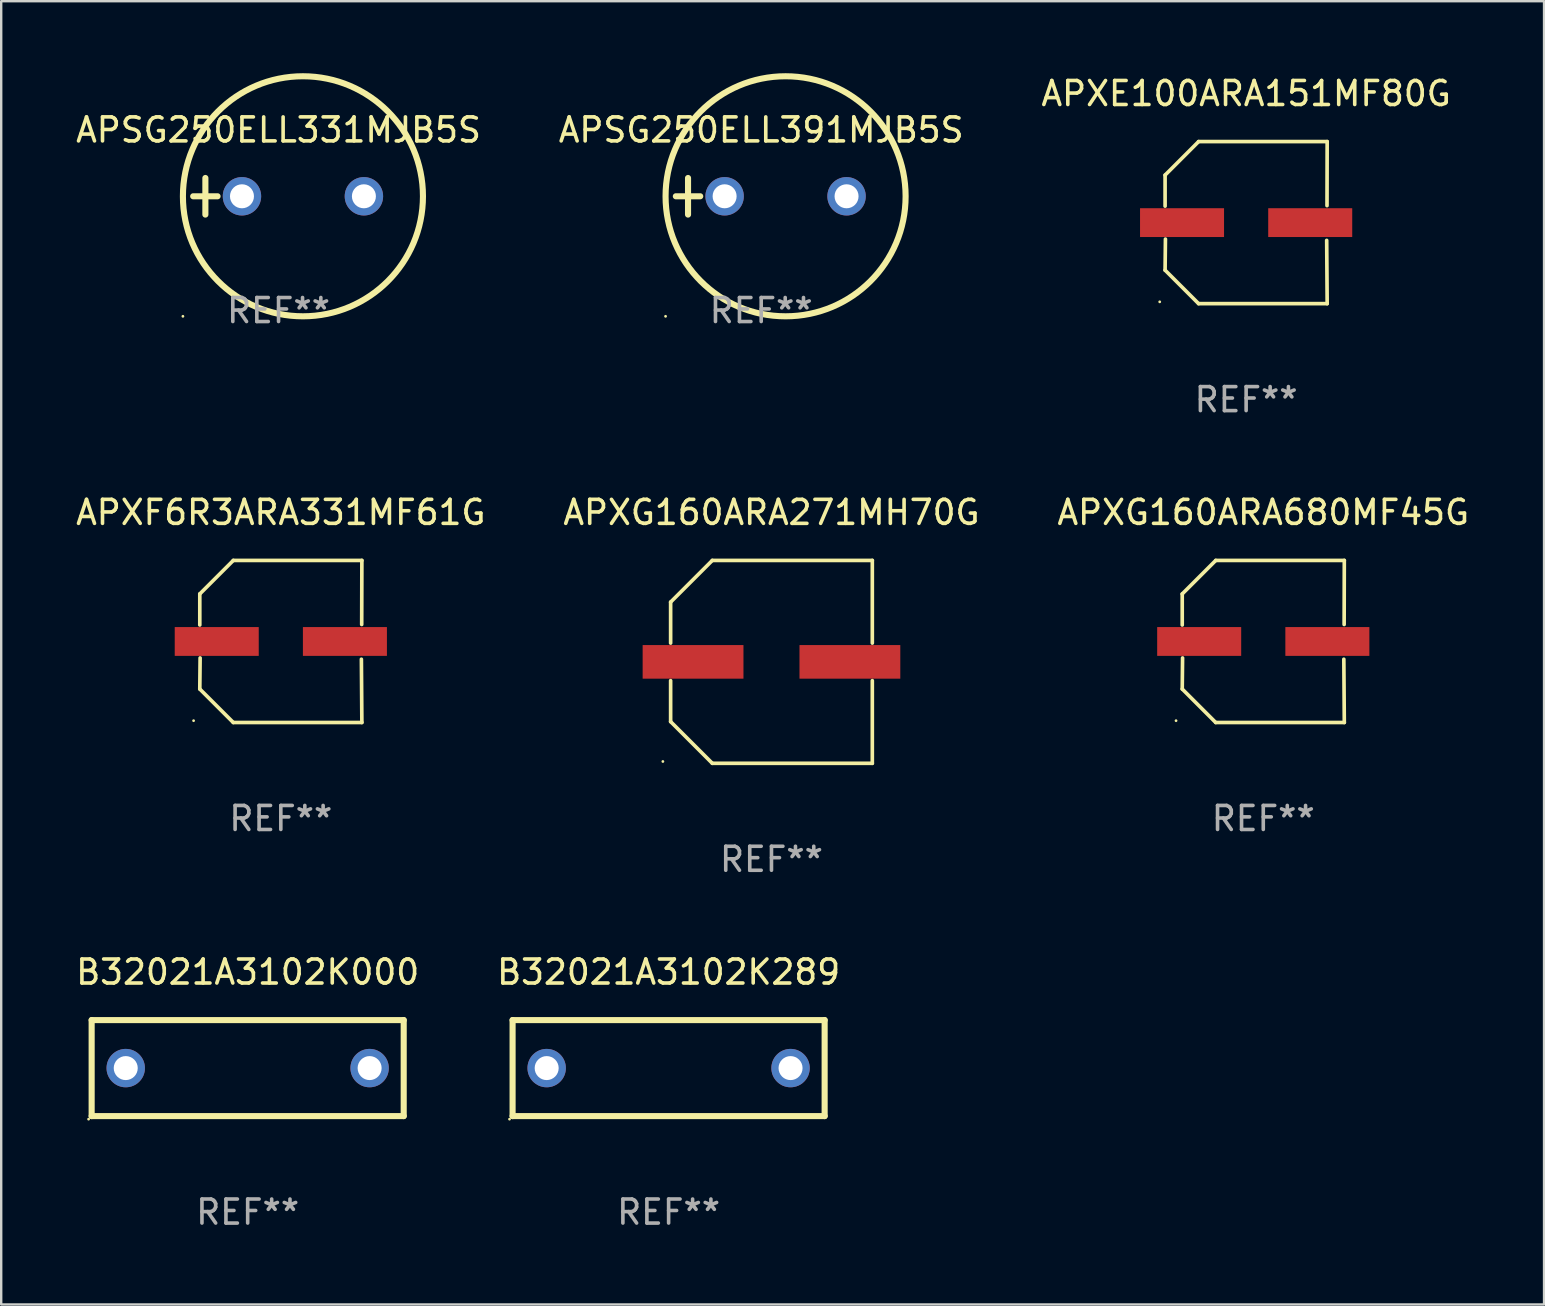
<source format=kicad_pcb>
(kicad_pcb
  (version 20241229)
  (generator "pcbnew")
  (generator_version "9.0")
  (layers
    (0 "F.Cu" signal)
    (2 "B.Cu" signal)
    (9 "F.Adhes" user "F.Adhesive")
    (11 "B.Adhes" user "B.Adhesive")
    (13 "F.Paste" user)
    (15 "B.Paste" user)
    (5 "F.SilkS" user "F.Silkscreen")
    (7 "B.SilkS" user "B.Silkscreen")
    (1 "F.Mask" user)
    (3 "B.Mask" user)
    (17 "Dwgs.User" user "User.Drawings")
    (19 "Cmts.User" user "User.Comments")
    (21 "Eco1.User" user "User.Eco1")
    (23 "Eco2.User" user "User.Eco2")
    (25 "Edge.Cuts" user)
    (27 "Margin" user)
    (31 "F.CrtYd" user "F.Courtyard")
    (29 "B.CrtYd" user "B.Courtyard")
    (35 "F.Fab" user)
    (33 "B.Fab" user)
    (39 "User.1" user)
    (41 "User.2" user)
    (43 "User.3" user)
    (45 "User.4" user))
  (footprint "APXE100ARA151MF80G"
    (layer "F.Cu")
    (at 48.863 6.224)
    (property "Reference" "APXE100ARA151MF80G" (at 0 -5.376 0) (layer "F.SilkS") (effects (font (size 1 1) (thickness 0.15))))
    (attr through_hole)
    (fp_line (start -3.376 -1.98) (end -3.376 -0.686) (stroke (width 0.152) (type solid)) (layer "F.SilkS"))
    (fp_line (start -3.376 1.981) (end -3.362 0.686) (stroke (width 0.152) (type solid)) (layer "F.SilkS"))
    (fp_line (start -1.981 3.376) (end -3.376 1.981) (stroke (width 0.152) (type solid)) (layer "F.SilkS"))
    (fp_line (start -1.98 -3.376) (end -3.376 -1.98) (stroke (width 0.152) (type solid)) (layer "F.SilkS"))
    (fp_line (start 3.356 0.74) (end 3.376 3.376) (stroke (width 0.152) (type solid)) (layer "F.SilkS"))
    (fp_line (start 3.369 -0.707) (end 3.376 -3.376) (stroke (width 0.152) (type solid)) (layer "F.SilkS"))
    (fp_line (start 3.376 3.376) (end -1.981 3.376) (stroke (width 0.152) (type solid)) (layer "F.SilkS"))
    (fp_line (start 3.376 -3.376) (end -1.98 -3.376) (stroke (width 0.152) (type solid)) (layer "F.SilkS"))
    (fp_circle (center -3.6 3.3) (end -3.57 3.3) (stroke (width 0.06) (type solid)) (fill no) (layer "F.SilkS"))
    (fp_text user "REF**" (at 0 7.376 0) (layer "F.Fab") (effects (font (size 1 1) (thickness 0.15))))
    (pad "1" smd rect (at -2.67 0.000381) (size 3.5 1.2) (layers "F.Cu" "F.Mask" "F.Paste"))
    (pad "2" smd rect (at 2.67 0.000381) (size 3.5 1.2) (layers "F.Cu" "F.Mask" "F.Paste")))
  (footprint "APXG160ARA680MF45G"
    (layer "F.Cu")
    (at 49.577 23.673)
    (property "Reference" "APXG160ARA680MF45G" (at 0 -5.376 0) (layer "F.SilkS") (effects (font (size 1 1) (thickness 0.15))))
    (attr through_hole)
    (fp_line (start -3.376 -1.98) (end -3.376 -0.686) (stroke (width 0.152) (type solid)) (layer "F.SilkS"))
    (fp_line (start -3.376 1.981) (end -3.362 0.686) (stroke (width 0.152) (type solid)) (layer "F.SilkS"))
    (fp_line (start -1.981 3.376) (end -3.376 1.981) (stroke (width 0.152) (type solid)) (layer "F.SilkS"))
    (fp_line (start -1.98 -3.376) (end -3.376 -1.98) (stroke (width 0.152) (type solid)) (layer "F.SilkS"))
    (fp_line (start 3.356 0.74) (end 3.376 3.376) (stroke (width 0.152) (type solid)) (layer "F.SilkS"))
    (fp_line (start 3.369 -0.707) (end 3.376 -3.376) (stroke (width 0.152) (type solid)) (layer "F.SilkS"))
    (fp_line (start 3.376 3.376) (end -1.981 3.376) (stroke (width 0.152) (type solid)) (layer "F.SilkS"))
    (fp_line (start 3.376 -3.376) (end -1.98 -3.376) (stroke (width 0.152) (type solid)) (layer "F.SilkS"))
    (fp_circle (center -3.634 3.3) (end -3.604 3.3) (stroke (width 0.06) (type solid)) (fill no) (layer "F.SilkS"))
    (fp_text user "REF**" (at 0 7.376 0) (layer "F.Fab") (effects (font (size 1 1) (thickness 0.15))))
    (pad "1" smd rect (at -2.67 0.000254) (size 3.5 1.2) (layers "F.Cu" "F.Mask" "F.Paste"))
    (pad "2" smd rect (at 2.67 0.000254) (size 3.5 1.2) (layers "F.Cu" "F.Mask" "F.Paste")))
  (footprint "APXG160ARA271MH70G"
    (layer "F.Cu")
    (at 29.089 24.523)
    (property "Reference" "APXG160ARA271MH70G" (at 0 -6.226 0) (layer "F.SilkS") (effects (font (size 1 1) (thickness 0.15))))
    (attr through_hole)
    (fp_line (start -4.201 -2.49) (end -4.201 -0.782) (stroke (width 0.152) (type solid)) (layer "F.SilkS"))
    (fp_line (start -4.201 2.49) (end -4.201 0.782) (stroke (width 0.152) (type solid)) (layer "F.SilkS"))
    (fp_line (start -2.465 -4.226) (end -4.201 -2.49) (stroke (width 0.152) (type solid)) (layer "F.SilkS"))
    (fp_line (start -2.465 4.226) (end -4.201 2.49) (stroke (width 0.152) (type solid)) (layer "F.SilkS"))
    (fp_line (start 4.201 -4.226) (end -2.465 -4.226) (stroke (width 0.152) (type solid)) (layer "F.SilkS"))
    (fp_line (start 4.201 -0.782) (end 4.201 -4.226) (stroke (width 0.152) (type solid)) (layer "F.SilkS"))
    (fp_line (start 4.201 0.782) (end 4.201 4.226) (stroke (width 0.152) (type solid)) (layer "F.SilkS"))
    (fp_line (start 4.201 4.226) (end -2.465 4.226) (stroke (width 0.152) (type solid)) (layer "F.SilkS"))
    (fp_circle (center -4.524 4.15) (end -4.494 4.15) (stroke (width 0.06) (type solid)) (fill no) (layer "F.SilkS"))
    (fp_text user "REF**" (at 0 8.226 0) (layer "F.Fab") (effects (font (size 1 1) (thickness 0.15))))
    (pad "1" smd rect (at -3.267 0) (size 4.2 1.4) (layers "F.Cu" "F.Mask" "F.Paste"))
    (pad "2" smd rect (at 3.267 0) (size 4.2 1.4) (layers "F.Cu" "F.Mask" "F.Paste")))
  (footprint "APSG250ELL391MJB5S"
    (layer "F.Cu")
    (at 28.661 5.127)
    (property "Reference" "APSG250ELL391MJB5S" (at 0 -2.762 0) (layer "F.SilkS") (effects (font (size 1 1) (thickness 0.15))))
    (attr through_hole)
    (fp_line (start -3.556 0) (end -2.54 0) (stroke (width 0.254) (type solid)) (layer "F.SilkS"))
    (fp_line (start -3.048 -0.762) (end -3.048 0.762) (stroke (width 0.254) (type solid)) (layer "F.SilkS"))
    (fp_circle (center -3.984 5) (end -3.954 5) (stroke (width 0.06) (type solid)) (fill no) (layer "F.SilkS"))
    (fp_circle (center 1.016 0) (end 6.016 0) (stroke (width 0.254) (type solid)) (fill no) (layer "F.SilkS"))
    (fp_text user "REF**" (at 0 4.762 0) (layer "F.Fab") (effects (font (size 1 1) (thickness 0.15))))
    (pad "1" thru_hole circle (at -1.524 0) (size 1.6 1.6) (drill 1) (layers "*.Cu" "*.Mask"))
    (pad "2" thru_hole circle (at 3.556 0) (size 1.6 1.6) (drill 1) (layers "*.Cu" "*.Mask")))
  (footprint "APXF6R3ARA331MF61G"
    (layer "F.Cu")
    (at 8.649 23.673)
    (property "Reference" "APXF6R3ARA331MF61G" (at 0 -5.376 0) (layer "F.SilkS") (effects (font (size 1 1) (thickness 0.15))))
    (attr through_hole)
    (fp_line (start -3.376 -1.98) (end -3.376 -0.686) (stroke (width 0.152) (type solid)) (layer "F.SilkS"))
    (fp_line (start -3.376 1.981) (end -3.362 0.686) (stroke (width 0.152) (type solid)) (layer "F.SilkS"))
    (fp_line (start -1.981 3.376) (end -3.376 1.981) (stroke (width 0.152) (type solid)) (layer "F.SilkS"))
    (fp_line (start -1.98 -3.376) (end -3.376 -1.98) (stroke (width 0.152) (type solid)) (layer "F.SilkS"))
    (fp_line (start 3.356 0.74) (end 3.376 3.376) (stroke (width 0.152) (type solid)) (layer "F.SilkS"))
    (fp_line (start 3.369 -0.707) (end 3.376 -3.376) (stroke (width 0.152) (type solid)) (layer "F.SilkS"))
    (fp_line (start 3.376 3.376) (end -1.981 3.376) (stroke (width 0.152) (type solid)) (layer "F.SilkS"))
    (fp_line (start 3.376 -3.376) (end -1.98 -3.376) (stroke (width 0.152) (type solid)) (layer "F.SilkS"))
    (fp_circle (center -3.634 3.3) (end -3.604 3.3) (stroke (width 0.06) (type solid)) (fill no) (layer "F.SilkS"))
    (fp_text user "REF**" (at 0 7.376 0) (layer "F.Fab") (effects (font (size 1 1) (thickness 0.15))))
    (pad "1" smd rect (at -2.67 0.000254) (size 3.5 1.2) (layers "F.Cu" "F.Mask" "F.Paste"))
    (pad "2" smd rect (at 2.67 0.000254) (size 3.5 1.2) (layers "F.Cu" "F.Mask" "F.Paste")))
  (footprint "B32021A3102K000"
    (layer "F.Cu")
    (at 7.268 41.446)
    (property "Reference" "B32021A3102K000" (at 0 -4 0) (layer "F.SilkS") (effects (font (size 1 1) (thickness 0.15))))
    (attr through_hole)
    (fp_line (start -6.5 -2) (end 6.5 -2) (stroke (width 0.254) (type solid)) (layer "F.SilkS"))
    (fp_line (start -6.5 2) (end -6.5 -2) (stroke (width 0.254) (type solid)) (layer "F.SilkS"))
    (fp_line (start 6.5 -2) (end 6.5 2) (stroke (width 0.254) (type solid)) (layer "F.SilkS"))
    (fp_line (start 6.5 2) (end -6.5 2) (stroke (width 0.254) (type solid)) (layer "F.SilkS"))
    (fp_circle (center -6.627 2.127) (end -6.597 2.127) (stroke (width 0.06) (type solid)) (fill no) (layer "F.SilkS"))
    (fp_text user "REF**" (at 0 6 0) (layer "F.Fab") (effects (font (size 1 1) (thickness 0.15))))
    (pad "1" thru_hole circle (at -5.08 0) (size 1.6 1.6) (drill 1) (layers "*.Cu" "*.Mask"))
    (pad "2" thru_hole circle (at 5.08 0) (size 1.6 1.6) (drill 1) (layers "*.Cu" "*.Mask")))
  (footprint "APSG250ELL331MJB5S"
    (layer "F.Cu")
    (at 8.554 5.127)
    (property "Reference" "APSG250ELL331MJB5S" (at 0 -2.762 0) (layer "F.SilkS") (effects (font (size 1 1) (thickness 0.15))))
    (attr through_hole)
    (fp_line (start -3.556 0) (end -2.54 0) (stroke (width 0.254) (type solid)) (layer "F.SilkS"))
    (fp_line (start -3.048 -0.762) (end -3.048 0.762) (stroke (width 0.254) (type solid)) (layer "F.SilkS"))
    (fp_circle (center -3.984 5) (end -3.954 5) (stroke (width 0.06) (type solid)) (fill no) (layer "F.SilkS"))
    (fp_circle (center 1.016 0) (end 6.016 0) (stroke (width 0.254) (type solid)) (fill no) (layer "F.SilkS"))
    (fp_text user "REF**" (at 0 4.762 0) (layer "F.Fab") (effects (font (size 1 1) (thickness 0.15))))
    (pad "1" thru_hole circle (at -1.524 0) (size 1.6 1.6) (drill 1) (layers "*.Cu" "*.Mask"))
    (pad "2" thru_hole circle (at 3.556 0) (size 1.6 1.6) (drill 1) (layers "*.Cu" "*.Mask")))
  (footprint "B32021A3102K289"
    (layer "F.Cu")
    (at 24.804 41.446)
    (property "Reference" "B32021A3102K289" (at 0 -4 0) (layer "F.SilkS") (effects (font (size 1 1) (thickness 0.15))))
    (attr through_hole)
    (fp_line (start -6.5 -2) (end 6.5 -2) (stroke (width 0.254) (type solid)) (layer "F.SilkS"))
    (fp_line (start -6.5 2) (end -6.5 -2) (stroke (width 0.254) (type solid)) (layer "F.SilkS"))
    (fp_line (start 6.5 -2) (end 6.5 2) (stroke (width 0.254) (type solid)) (layer "F.SilkS"))
    (fp_line (start 6.5 2) (end -6.5 2) (stroke (width 0.254) (type solid)) (layer "F.SilkS"))
    (fp_circle (center -6.627 2.127) (end -6.597 2.127) (stroke (width 0.06) (type solid)) (fill no) (layer "F.SilkS"))
    (fp_text user "REF**" (at 0 6 0) (layer "F.Fab") (effects (font (size 1 1) (thickness 0.15))))
    (pad "1" thru_hole circle (at -5.08 0) (size 1.6 1.6) (drill 1) (layers "*.Cu" "*.Mask"))
    (pad "2" thru_hole circle (at 5.08 0) (size 1.6 1.6) (drill 1) (layers "*.Cu" "*.Mask")))
  (gr_rect
    (start -3 -3)
    (end 61.274 51.294)
    (stroke (width 0.1) (type default))
    (fill no)
    (layer "Edge.Cuts")))
</source>
